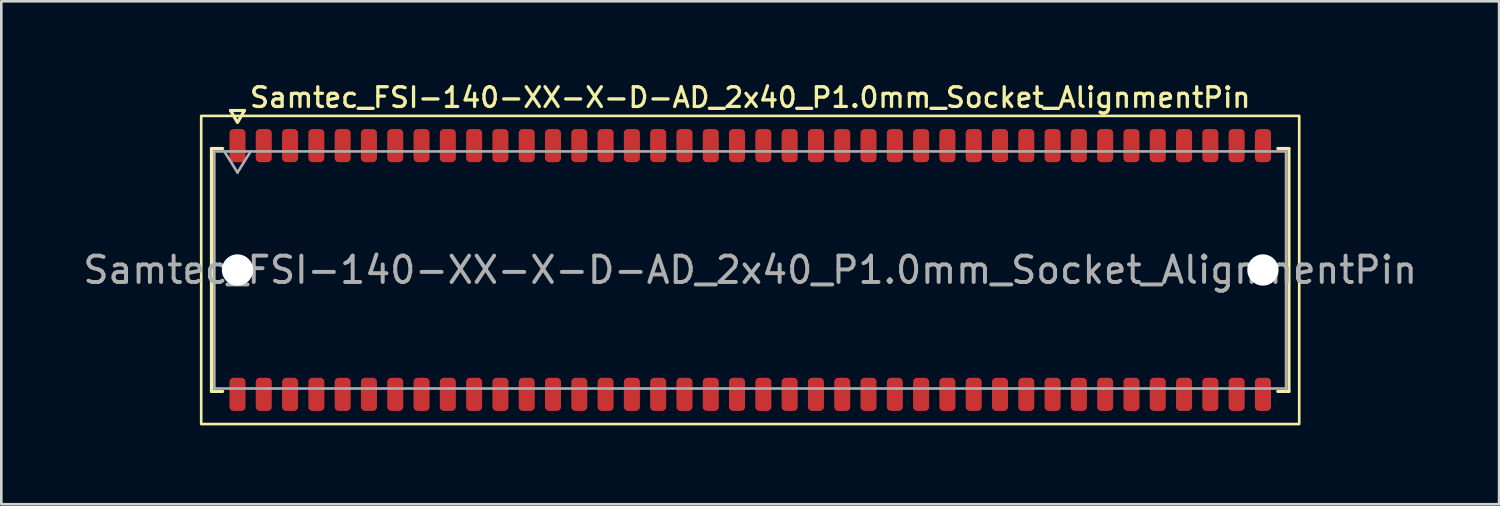
<source format=kicad_pcb>
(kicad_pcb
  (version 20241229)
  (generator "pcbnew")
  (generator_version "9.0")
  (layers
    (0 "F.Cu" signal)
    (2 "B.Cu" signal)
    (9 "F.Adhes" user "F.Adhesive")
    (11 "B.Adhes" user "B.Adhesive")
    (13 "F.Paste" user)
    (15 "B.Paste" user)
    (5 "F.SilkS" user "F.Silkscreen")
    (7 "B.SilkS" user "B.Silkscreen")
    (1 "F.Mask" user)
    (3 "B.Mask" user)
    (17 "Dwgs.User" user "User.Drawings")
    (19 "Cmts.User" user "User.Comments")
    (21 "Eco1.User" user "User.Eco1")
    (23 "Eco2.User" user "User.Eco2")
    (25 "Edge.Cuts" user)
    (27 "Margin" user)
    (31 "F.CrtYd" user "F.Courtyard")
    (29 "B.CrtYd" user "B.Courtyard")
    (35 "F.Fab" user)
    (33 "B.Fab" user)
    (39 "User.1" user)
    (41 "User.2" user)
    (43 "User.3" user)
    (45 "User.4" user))
  (footprint "Samtec_FSI-140-XX-X-D-AD_2x40_P1.0mm_Socket_AlignmentPin"
    (layer "F.Cu")
    (at 25.482 7.218)
    (property "Reference" "Samtec_FSI-140-XX-X-D-AD_2x40_P1.0mm_Socket_AlignmentPin" (at 0 -6.56 0) (layer "F.SilkS") (effects (font (size 0.75 0.75) (thickness 0.125))))
    (attr smd)
    (fp_line (start -20.49 -4.619) (end -20.065 -4.619) (stroke (width 0.12) (type solid)) (layer "F.SilkS"))
    (fp_line (start -20.49 4.619) (end -20.49 -4.619) (stroke (width 0.12) (type solid)) (layer "F.SilkS"))
    (fp_line (start -20.065 4.619) (end -20.49 4.619) (stroke (width 0.12) (type solid)) (layer "F.SilkS"))
    (fp_line (start -19.764 -6.066) (end -19.507 -5.62) (stroke (width 0.12) (type solid)) (layer "F.SilkS"))
    (fp_line (start -19.493 -5.62) (end -19.236 -6.066) (stroke (width 0.12) (type solid)) (layer "F.SilkS"))
    (fp_line (start -19.236 -6.066) (end -19.764 -6.066) (stroke (width 0.12) (type solid)) (layer "F.SilkS"))
    (fp_line (start 20.065 -4.619) (end 20.49 -4.619) (stroke (width 0.12) (type solid)) (layer "F.SilkS"))
    (fp_line (start 20.49 -4.619) (end 20.49 4.619) (stroke (width 0.12) (type solid)) (layer "F.SilkS"))
    (fp_line (start 20.49 4.619) (end 20.065 4.619) (stroke (width 0.12) (type solid)) (layer "F.SilkS"))
    (fp_rect (start -20.88 -5.86) (end 20.88 5.86) (stroke (width 0.1) (type solid)) (fill no) (layer "F.SilkS"))
    (fp_line (start -20.38 -4.508) (end 20.38 -4.508) (stroke (width 0.1) (type solid)) (layer "F.Fab"))
    (fp_line (start -20.38 4.508) (end -20.38 -4.508) (stroke (width 0.1) (type solid)) (layer "F.Fab"))
    (fp_line (start -20 -4.508) (end -19.5 -3.708) (stroke (width 0.1) (type solid)) (layer "F.Fab"))
    (fp_line (start -19.5 -3.708) (end -19 -4.508) (stroke (width 0.1) (type solid)) (layer "F.Fab"))
    (fp_line (start 20.38 -4.508) (end 20.38 4.508) (stroke (width 0.1) (type solid)) (layer "F.Fab"))
    (fp_line (start 20.38 4.508) (end -20.38 4.508) (stroke (width 0.1) (type solid)) (layer "F.Fab"))
    (fp_text user "${REFERENCE}" (at 0 0 0) (layer "F.Fab") (effects (font (size 1 1) (thickness 0.15))))
    (pad "" np_thru_hole circle (at -19.5 0) (size 1.19 1.19) (drill 1.19) (layers "*.Cu" "*.Mask"))
    (pad "" np_thru_hole circle (at 19.5 0) (size 1.19 1.19) (drill 1.19) (layers "*.Cu" "*.Mask"))
    (pad "1" smd roundrect (at -19.5 -4.73) (size 0.61 1.26) (layers "F.Cu" "F.Mask" "F.Paste") (roundrect_rratio 0.25))
    (pad "2" smd roundrect (at -19.5 4.73) (size 0.61 1.26) (layers "F.Cu" "F.Mask" "F.Paste") (roundrect_rratio 0.25))
    (pad "3" smd roundrect (at -18.5 -4.73) (size 0.61 1.26) (layers "F.Cu" "F.Mask" "F.Paste") (roundrect_rratio 0.25))
    (pad "4" smd roundrect (at -18.5 4.73) (size 0.61 1.26) (layers "F.Cu" "F.Mask" "F.Paste") (roundrect_rratio 0.25))
    (pad "5" smd roundrect (at -17.5 -4.73) (size 0.61 1.26) (layers "F.Cu" "F.Mask" "F.Paste") (roundrect_rratio 0.25))
    (pad "6" smd roundrect (at -17.5 4.73) (size 0.61 1.26) (layers "F.Cu" "F.Mask" "F.Paste") (roundrect_rratio 0.25))
    (pad "7" smd roundrect (at -16.5 -4.73) (size 0.61 1.26) (layers "F.Cu" "F.Mask" "F.Paste") (roundrect_rratio 0.25))
    (pad "8" smd roundrect (at -16.5 4.73) (size 0.61 1.26) (layers "F.Cu" "F.Mask" "F.Paste") (roundrect_rratio 0.25))
    (pad "9" smd roundrect (at -15.5 -4.73) (size 0.61 1.26) (layers "F.Cu" "F.Mask" "F.Paste") (roundrect_rratio 0.25))
    (pad "10" smd roundrect (at -15.5 4.73) (size 0.61 1.26) (layers "F.Cu" "F.Mask" "F.Paste") (roundrect_rratio 0.25))
    (pad "11" smd roundrect (at -14.5 -4.73) (size 0.61 1.26) (layers "F.Cu" "F.Mask" "F.Paste") (roundrect_rratio 0.25))
    (pad "12" smd roundrect (at -14.5 4.73) (size 0.61 1.26) (layers "F.Cu" "F.Mask" "F.Paste") (roundrect_rratio 0.25))
    (pad "13" smd roundrect (at -13.5 -4.73) (size 0.61 1.26) (layers "F.Cu" "F.Mask" "F.Paste") (roundrect_rratio 0.25))
    (pad "14" smd roundrect (at -13.5 4.73) (size 0.61 1.26) (layers "F.Cu" "F.Mask" "F.Paste") (roundrect_rratio 0.25))
    (pad "15" smd roundrect (at -12.5 -4.73) (size 0.61 1.26) (layers "F.Cu" "F.Mask" "F.Paste") (roundrect_rratio 0.25))
    (pad "16" smd roundrect (at -12.5 4.73) (size 0.61 1.26) (layers "F.Cu" "F.Mask" "F.Paste") (roundrect_rratio 0.25))
    (pad "17" smd roundrect (at -11.5 -4.73) (size 0.61 1.26) (layers "F.Cu" "F.Mask" "F.Paste") (roundrect_rratio 0.25))
    (pad "18" smd roundrect (at -11.5 4.73) (size 0.61 1.26) (layers "F.Cu" "F.Mask" "F.Paste") (roundrect_rratio 0.25))
    (pad "19" smd roundrect (at -10.5 -4.73) (size 0.61 1.26) (layers "F.Cu" "F.Mask" "F.Paste") (roundrect_rratio 0.25))
    (pad "20" smd roundrect (at -10.5 4.73) (size 0.61 1.26) (layers "F.Cu" "F.Mask" "F.Paste") (roundrect_rratio 0.25))
    (pad "21" smd roundrect (at -9.5 -4.73) (size 0.61 1.26) (layers "F.Cu" "F.Mask" "F.Paste") (roundrect_rratio 0.25))
    (pad "22" smd roundrect (at -9.5 4.73) (size 0.61 1.26) (layers "F.Cu" "F.Mask" "F.Paste") (roundrect_rratio 0.25))
    (pad "23" smd roundrect (at -8.5 -4.73) (size 0.61 1.26) (layers "F.Cu" "F.Mask" "F.Paste") (roundrect_rratio 0.25))
    (pad "24" smd roundrect (at -8.5 4.73) (size 0.61 1.26) (layers "F.Cu" "F.Mask" "F.Paste") (roundrect_rratio 0.25))
    (pad "25" smd roundrect (at -7.5 -4.73) (size 0.61 1.26) (layers "F.Cu" "F.Mask" "F.Paste") (roundrect_rratio 0.25))
    (pad "26" smd roundrect (at -7.5 4.73) (size 0.61 1.26) (layers "F.Cu" "F.Mask" "F.Paste") (roundrect_rratio 0.25))
    (pad "27" smd roundrect (at -6.5 -4.73) (size 0.61 1.26) (layers "F.Cu" "F.Mask" "F.Paste") (roundrect_rratio 0.25))
    (pad "28" smd roundrect (at -6.5 4.73) (size 0.61 1.26) (layers "F.Cu" "F.Mask" "F.Paste") (roundrect_rratio 0.25))
    (pad "29" smd roundrect (at -5.5 -4.73) (size 0.61 1.26) (layers "F.Cu" "F.Mask" "F.Paste") (roundrect_rratio 0.25))
    (pad "30" smd roundrect (at -5.5 4.73) (size 0.61 1.26) (layers "F.Cu" "F.Mask" "F.Paste") (roundrect_rratio 0.25))
    (pad "31" smd roundrect (at -4.5 -4.73) (size 0.61 1.26) (layers "F.Cu" "F.Mask" "F.Paste") (roundrect_rratio 0.25))
    (pad "32" smd roundrect (at -4.5 4.73) (size 0.61 1.26) (layers "F.Cu" "F.Mask" "F.Paste") (roundrect_rratio 0.25))
    (pad "33" smd roundrect (at -3.5 -4.73) (size 0.61 1.26) (layers "F.Cu" "F.Mask" "F.Paste") (roundrect_rratio 0.25))
    (pad "34" smd roundrect (at -3.5 4.73) (size 0.61 1.26) (layers "F.Cu" "F.Mask" "F.Paste") (roundrect_rratio 0.25))
    (pad "35" smd roundrect (at -2.5 -4.73) (size 0.61 1.26) (layers "F.Cu" "F.Mask" "F.Paste") (roundrect_rratio 0.25))
    (pad "36" smd roundrect (at -2.5 4.73) (size 0.61 1.26) (layers "F.Cu" "F.Mask" "F.Paste") (roundrect_rratio 0.25))
    (pad "37" smd roundrect (at -1.5 -4.73) (size 0.61 1.26) (layers "F.Cu" "F.Mask" "F.Paste") (roundrect_rratio 0.25))
    (pad "38" smd roundrect (at -1.5 4.73) (size 0.61 1.26) (layers "F.Cu" "F.Mask" "F.Paste") (roundrect_rratio 0.25))
    (pad "39" smd roundrect (at -0.5 -4.73) (size 0.61 1.26) (layers "F.Cu" "F.Mask" "F.Paste") (roundrect_rratio 0.25))
    (pad "40" smd roundrect (at -0.5 4.73) (size 0.61 1.26) (layers "F.Cu" "F.Mask" "F.Paste") (roundrect_rratio 0.25))
    (pad "41" smd roundrect (at 0.5 -4.73) (size 0.61 1.26) (layers "F.Cu" "F.Mask" "F.Paste") (roundrect_rratio 0.25))
    (pad "42" smd roundrect (at 0.5 4.73) (size 0.61 1.26) (layers "F.Cu" "F.Mask" "F.Paste") (roundrect_rratio 0.25))
    (pad "43" smd roundrect (at 1.5 -4.73) (size 0.61 1.26) (layers "F.Cu" "F.Mask" "F.Paste") (roundrect_rratio 0.25))
    (pad "44" smd roundrect (at 1.5 4.73) (size 0.61 1.26) (layers "F.Cu" "F.Mask" "F.Paste") (roundrect_rratio 0.25))
    (pad "45" smd roundrect (at 2.5 -4.73) (size 0.61 1.26) (layers "F.Cu" "F.Mask" "F.Paste") (roundrect_rratio 0.25))
    (pad "46" smd roundrect (at 2.5 4.73) (size 0.61 1.26) (layers "F.Cu" "F.Mask" "F.Paste") (roundrect_rratio 0.25))
    (pad "47" smd roundrect (at 3.5 -4.73) (size 0.61 1.26) (layers "F.Cu" "F.Mask" "F.Paste") (roundrect_rratio 0.25))
    (pad "48" smd roundrect (at 3.5 4.73) (size 0.61 1.26) (layers "F.Cu" "F.Mask" "F.Paste") (roundrect_rratio 0.25))
    (pad "49" smd roundrect (at 4.5 -4.73) (size 0.61 1.26) (layers "F.Cu" "F.Mask" "F.Paste") (roundrect_rratio 0.25))
    (pad "50" smd roundrect (at 4.5 4.73) (size 0.61 1.26) (layers "F.Cu" "F.Mask" "F.Paste") (roundrect_rratio 0.25))
    (pad "51" smd roundrect (at 5.5 -4.73) (size 0.61 1.26) (layers "F.Cu" "F.Mask" "F.Paste") (roundrect_rratio 0.25))
    (pad "52" smd roundrect (at 5.5 4.73) (size 0.61 1.26) (layers "F.Cu" "F.Mask" "F.Paste") (roundrect_rratio 0.25))
    (pad "53" smd roundrect (at 6.5 -4.73) (size 0.61 1.26) (layers "F.Cu" "F.Mask" "F.Paste") (roundrect_rratio 0.25))
    (pad "54" smd roundrect (at 6.5 4.73) (size 0.61 1.26) (layers "F.Cu" "F.Mask" "F.Paste") (roundrect_rratio 0.25))
    (pad "55" smd roundrect (at 7.5 -4.73) (size 0.61 1.26) (layers "F.Cu" "F.Mask" "F.Paste") (roundrect_rratio 0.25))
    (pad "56" smd roundrect (at 7.5 4.73) (size 0.61 1.26) (layers "F.Cu" "F.Mask" "F.Paste") (roundrect_rratio 0.25))
    (pad "57" smd roundrect (at 8.5 -4.73) (size 0.61 1.26) (layers "F.Cu" "F.Mask" "F.Paste") (roundrect_rratio 0.25))
    (pad "58" smd roundrect (at 8.5 4.73) (size 0.61 1.26) (layers "F.Cu" "F.Mask" "F.Paste") (roundrect_rratio 0.25))
    (pad "59" smd roundrect (at 9.5 -4.73) (size 0.61 1.26) (layers "F.Cu" "F.Mask" "F.Paste") (roundrect_rratio 0.25))
    (pad "60" smd roundrect (at 9.5 4.73) (size 0.61 1.26) (layers "F.Cu" "F.Mask" "F.Paste") (roundrect_rratio 0.25))
    (pad "61" smd roundrect (at 10.5 -4.73) (size 0.61 1.26) (layers "F.Cu" "F.Mask" "F.Paste") (roundrect_rratio 0.25))
    (pad "62" smd roundrect (at 10.5 4.73) (size 0.61 1.26) (layers "F.Cu" "F.Mask" "F.Paste") (roundrect_rratio 0.25))
    (pad "63" smd roundrect (at 11.5 -4.73) (size 0.61 1.26) (layers "F.Cu" "F.Mask" "F.Paste") (roundrect_rratio 0.25))
    (pad "64" smd roundrect (at 11.5 4.73) (size 0.61 1.26) (layers "F.Cu" "F.Mask" "F.Paste") (roundrect_rratio 0.25))
    (pad "65" smd roundrect (at 12.5 -4.73) (size 0.61 1.26) (layers "F.Cu" "F.Mask" "F.Paste") (roundrect_rratio 0.25))
    (pad "66" smd roundrect (at 12.5 4.73) (size 0.61 1.26) (layers "F.Cu" "F.Mask" "F.Paste") (roundrect_rratio 0.25))
    (pad "67" smd roundrect (at 13.5 -4.73) (size 0.61 1.26) (layers "F.Cu" "F.Mask" "F.Paste") (roundrect_rratio 0.25))
    (pad "68" smd roundrect (at 13.5 4.73) (size 0.61 1.26) (layers "F.Cu" "F.Mask" "F.Paste") (roundrect_rratio 0.25))
    (pad "69" smd roundrect (at 14.5 -4.73) (size 0.61 1.26) (layers "F.Cu" "F.Mask" "F.Paste") (roundrect_rratio 0.25))
    (pad "70" smd roundrect (at 14.5 4.73) (size 0.61 1.26) (layers "F.Cu" "F.Mask" "F.Paste") (roundrect_rratio 0.25))
    (pad "71" smd roundrect (at 15.5 -4.73) (size 0.61 1.26) (layers "F.Cu" "F.Mask" "F.Paste") (roundrect_rratio 0.25))
    (pad "72" smd roundrect (at 15.5 4.73) (size 0.61 1.26) (layers "F.Cu" "F.Mask" "F.Paste") (roundrect_rratio 0.25))
    (pad "73" smd roundrect (at 16.5 -4.73) (size 0.61 1.26) (layers "F.Cu" "F.Mask" "F.Paste") (roundrect_rratio 0.25))
    (pad "74" smd roundrect (at 16.5 4.73) (size 0.61 1.26) (layers "F.Cu" "F.Mask" "F.Paste") (roundrect_rratio 0.25))
    (pad "75" smd roundrect (at 17.5 -4.73) (size 0.61 1.26) (layers "F.Cu" "F.Mask" "F.Paste") (roundrect_rratio 0.25))
    (pad "76" smd roundrect (at 17.5 4.73) (size 0.61 1.26) (layers "F.Cu" "F.Mask" "F.Paste") (roundrect_rratio 0.25))
    (pad "77" smd roundrect (at 18.5 -4.73) (size 0.61 1.26) (layers "F.Cu" "F.Mask" "F.Paste") (roundrect_rratio 0.25))
    (pad "78" smd roundrect (at 18.5 4.73) (size 0.61 1.26) (layers "F.Cu" "F.Mask" "F.Paste") (roundrect_rratio 0.25))
    (pad "79" smd roundrect (at 19.5 -4.73) (size 0.61 1.26) (layers "F.Cu" "F.Mask" "F.Paste") (roundrect_rratio 0.25))
    (pad "80" smd roundrect (at 19.5 4.73) (size 0.61 1.26) (layers "F.Cu" "F.Mask" "F.Paste") (roundrect_rratio 0.25)))
  (gr_rect
    (start -3 -3)
    (end 53.964 16.128)
    (stroke (width 0.1) (type default))
    (fill no)
    (layer "Edge.Cuts")))
</source>
